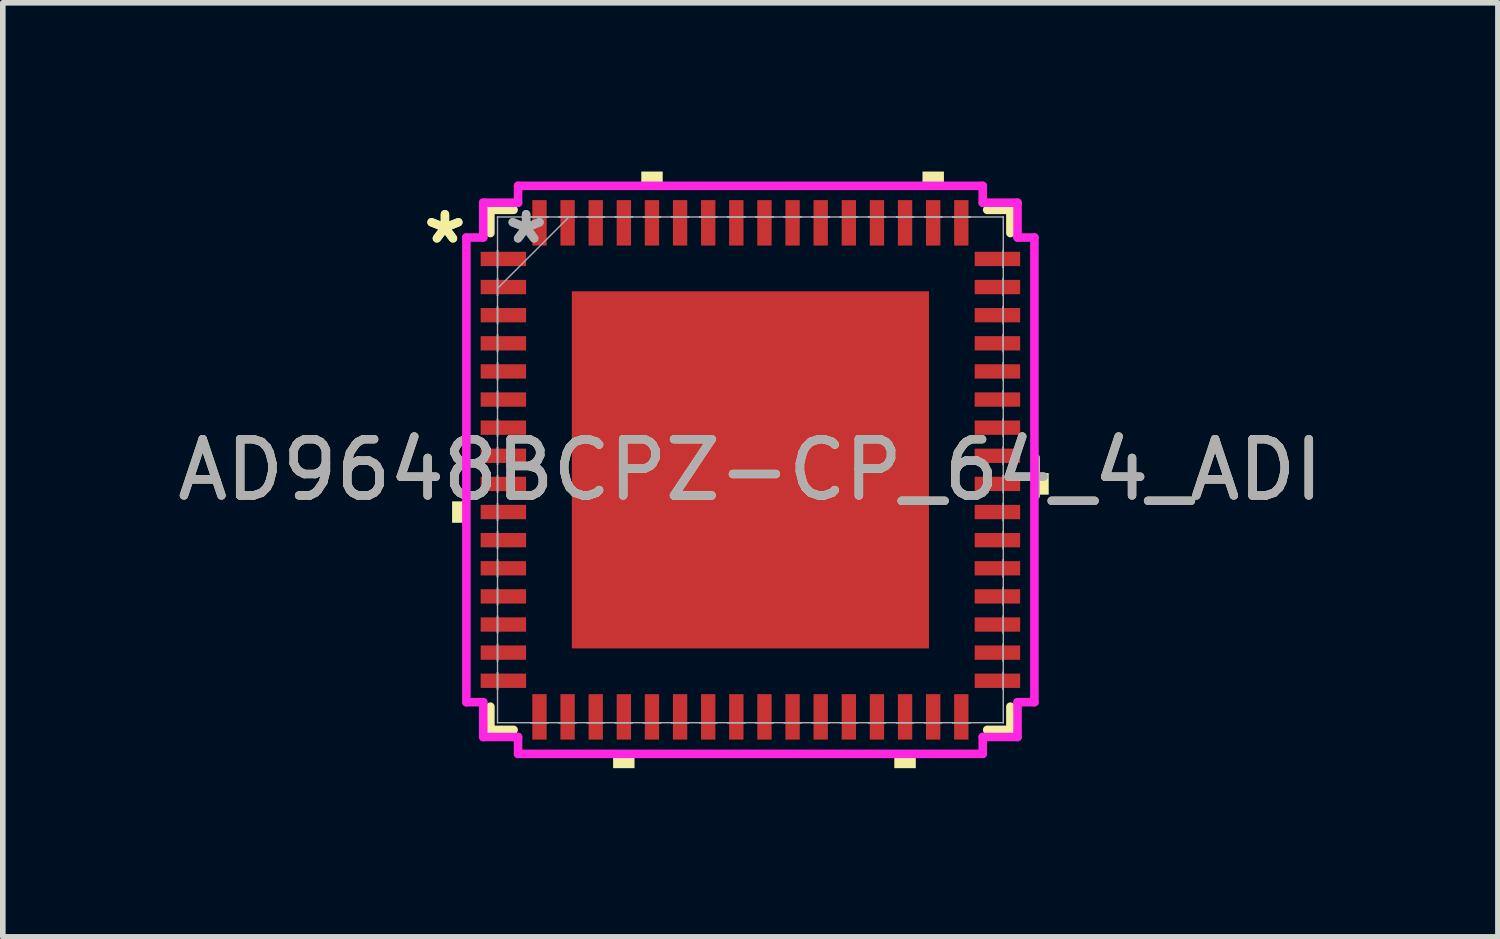
<source format=kicad_pcb>
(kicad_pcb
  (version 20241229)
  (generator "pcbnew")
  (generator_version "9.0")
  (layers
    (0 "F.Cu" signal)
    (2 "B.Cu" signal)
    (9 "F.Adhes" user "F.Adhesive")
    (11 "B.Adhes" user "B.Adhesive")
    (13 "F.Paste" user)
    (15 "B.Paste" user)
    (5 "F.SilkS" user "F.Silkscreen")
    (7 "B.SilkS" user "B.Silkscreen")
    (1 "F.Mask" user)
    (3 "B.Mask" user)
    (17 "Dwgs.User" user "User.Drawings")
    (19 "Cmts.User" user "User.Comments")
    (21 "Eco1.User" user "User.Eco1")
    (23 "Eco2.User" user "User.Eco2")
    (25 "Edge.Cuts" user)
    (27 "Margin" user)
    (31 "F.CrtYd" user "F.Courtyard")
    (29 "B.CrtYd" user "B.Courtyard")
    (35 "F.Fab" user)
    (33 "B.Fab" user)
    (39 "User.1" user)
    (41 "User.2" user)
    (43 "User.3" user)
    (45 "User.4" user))
  (footprint "AD9648BCPZ-CP_64_4_ADI"
    (layer "F.Cu")
    (at 10.292 5.304)
    (property "Reference" "AD9648BCPZ-CP_64_4_ADI" (at 0 0 0) (unlocked yes) (layer "F.SilkS") (effects (font (size 1 1) (thickness 0.15))))
    (attr smd)
    (fp_line (start -4.623 -4.623) (end -4.623 -4.21) (stroke (width 0.152) (type solid)) (layer "F.SilkS"))
    (fp_line (start -4.623 4.21) (end -4.623 4.623) (stroke (width 0.152) (type solid)) (layer "F.SilkS"))
    (fp_line (start -4.623 4.623) (end -4.21 4.623) (stroke (width 0.152) (type solid)) (layer "F.SilkS"))
    (fp_line (start -4.21 -4.623) (end -4.623 -4.623) (stroke (width 0.152) (type solid)) (layer "F.SilkS"))
    (fp_line (start 4.21 4.623) (end 4.623 4.623) (stroke (width 0.152) (type solid)) (layer "F.SilkS"))
    (fp_line (start 4.623 -4.623) (end 4.21 -4.623) (stroke (width 0.152) (type solid)) (layer "F.SilkS"))
    (fp_line (start 4.623 -4.21) (end 4.623 -4.623) (stroke (width 0.152) (type solid)) (layer "F.SilkS"))
    (fp_line (start 4.623 4.623) (end 4.623 4.21) (stroke (width 0.152) (type solid)) (layer "F.SilkS"))
    (fp_poly (pts (xy -5.304 0.56) (xy -5.304 0.941) (xy -5.05 0.941) (xy -5.05 0.56)) (stroke (width 0) (type solid)) (fill yes) (layer "F.SilkS"))
    (fp_poly (pts (xy -2.441 5.05) (xy -2.441 5.304) (xy -2.06 5.304) (xy -2.06 5.05)) (stroke (width 0) (type solid)) (fill yes) (layer "F.SilkS"))
    (fp_poly (pts (xy -1.94 -5.05) (xy -1.94 -5.304) (xy -1.559 -5.304) (xy -1.559 -5.05)) (stroke (width 0) (type solid)) (fill yes) (layer "F.SilkS"))
    (fp_poly (pts (xy 2.559 5.05) (xy 2.559 5.304) (xy 2.941 5.304) (xy 2.941 5.05)) (stroke (width 0) (type solid)) (fill yes) (layer "F.SilkS"))
    (fp_poly (pts (xy 3.06 -5.05) (xy 3.06 -5.304) (xy 3.441 -5.304) (xy 3.441 -5.05)) (stroke (width 0) (type solid)) (fill yes) (layer "F.SilkS"))
    (fp_poly (pts (xy 5.304 0.059) (xy 5.304 0.441) (xy 5.05 0.441) (xy 5.05 0.059)) (stroke (width 0) (type solid)) (fill yes) (layer "F.SilkS"))
    (fp_poly (pts (xy -3.075 -3.075) (xy -3.075 -2.005) (xy -2.005 -2.005) (xy -2.005 -3.075)) (stroke (width 0) (type solid)) (fill yes) (layer "F.Paste"))
    (fp_poly (pts (xy -3.075 -1.805) (xy -3.075 -0.735) (xy -2.005 -0.735) (xy -2.005 -1.805)) (stroke (width 0) (type solid)) (fill yes) (layer "F.Paste"))
    (fp_poly (pts (xy -3.075 -0.535) (xy -3.075 0.535) (xy -2.005 0.535) (xy -2.005 -0.535)) (stroke (width 0) (type solid)) (fill yes) (layer "F.Paste"))
    (fp_poly (pts (xy -3.075 0.735) (xy -3.075 1.805) (xy -2.005 1.805) (xy -2.005 0.735)) (stroke (width 0) (type solid)) (fill yes) (layer "F.Paste"))
    (fp_poly (pts (xy -3.075 2.005) (xy -3.075 3.075) (xy -2.005 3.075) (xy -2.005 2.005)) (stroke (width 0) (type solid)) (fill yes) (layer "F.Paste"))
    (fp_poly (pts (xy -1.805 -3.075) (xy -1.805 -2.005) (xy -0.735 -2.005) (xy -0.735 -3.075)) (stroke (width 0) (type solid)) (fill yes) (layer "F.Paste"))
    (fp_poly (pts (xy -1.805 -1.805) (xy -1.805 -0.735) (xy -0.735 -0.735) (xy -0.735 -1.805)) (stroke (width 0) (type solid)) (fill yes) (layer "F.Paste"))
    (fp_poly (pts (xy -1.805 -0.535) (xy -1.805 0.535) (xy -0.735 0.535) (xy -0.735 -0.535)) (stroke (width 0) (type solid)) (fill yes) (layer "F.Paste"))
    (fp_poly (pts (xy -1.805 0.735) (xy -1.805 1.805) (xy -0.735 1.805) (xy -0.735 0.735)) (stroke (width 0) (type solid)) (fill yes) (layer "F.Paste"))
    (fp_poly (pts (xy -1.805 2.005) (xy -1.805 3.075) (xy -0.735 3.075) (xy -0.735 2.005)) (stroke (width 0) (type solid)) (fill yes) (layer "F.Paste"))
    (fp_poly (pts (xy -0.535 -3.075) (xy -0.535 -2.005) (xy 0.535 -2.005) (xy 0.535 -3.075)) (stroke (width 0) (type solid)) (fill yes) (layer "F.Paste"))
    (fp_poly (pts (xy -0.535 -1.805) (xy -0.535 -0.735) (xy 0.535 -0.735) (xy 0.535 -1.805)) (stroke (width 0) (type solid)) (fill yes) (layer "F.Paste"))
    (fp_poly (pts (xy -0.535 -0.535) (xy -0.535 0.535) (xy 0.535 0.535) (xy 0.535 -0.535)) (stroke (width 0) (type solid)) (fill yes) (layer "F.Paste"))
    (fp_poly (pts (xy -0.535 0.735) (xy -0.535 1.805) (xy 0.535 1.805) (xy 0.535 0.735)) (stroke (width 0) (type solid)) (fill yes) (layer "F.Paste"))
    (fp_poly (pts (xy -0.535 2.005) (xy -0.535 3.075) (xy 0.535 3.075) (xy 0.535 2.005)) (stroke (width 0) (type solid)) (fill yes) (layer "F.Paste"))
    (fp_poly (pts (xy 0.735 -3.075) (xy 0.735 -2.005) (xy 1.805 -2.005) (xy 1.805 -3.075)) (stroke (width 0) (type solid)) (fill yes) (layer "F.Paste"))
    (fp_poly (pts (xy 0.735 -1.805) (xy 0.735 -0.735) (xy 1.805 -0.735) (xy 1.805 -1.805)) (stroke (width 0) (type solid)) (fill yes) (layer "F.Paste"))
    (fp_poly (pts (xy 0.735 -0.535) (xy 0.735 0.535) (xy 1.805 0.535) (xy 1.805 -0.535)) (stroke (width 0) (type solid)) (fill yes) (layer "F.Paste"))
    (fp_poly (pts (xy 0.735 0.735) (xy 0.735 1.805) (xy 1.805 1.805) (xy 1.805 0.735)) (stroke (width 0) (type solid)) (fill yes) (layer "F.Paste"))
    (fp_poly (pts (xy 0.735 2.005) (xy 0.735 3.075) (xy 1.805 3.075) (xy 1.805 2.005)) (stroke (width 0) (type solid)) (fill yes) (layer "F.Paste"))
    (fp_poly (pts (xy 2.005 -3.075) (xy 2.005 -2.005) (xy 3.075 -2.005) (xy 3.075 -3.075)) (stroke (width 0) (type solid)) (fill yes) (layer "F.Paste"))
    (fp_poly (pts (xy 2.005 -1.805) (xy 2.005 -0.735) (xy 3.075 -0.735) (xy 3.075 -1.805)) (stroke (width 0) (type solid)) (fill yes) (layer "F.Paste"))
    (fp_poly (pts (xy 2.005 -0.535) (xy 2.005 0.535) (xy 3.075 0.535) (xy 3.075 -0.535)) (stroke (width 0) (type solid)) (fill yes) (layer "F.Paste"))
    (fp_poly (pts (xy 2.005 0.735) (xy 2.005 1.805) (xy 3.075 1.805) (xy 3.075 0.735)) (stroke (width 0) (type solid)) (fill yes) (layer "F.Paste"))
    (fp_poly (pts (xy 2.005 2.005) (xy 2.005 3.075) (xy 3.075 3.075) (xy 3.075 2.005)) (stroke (width 0) (type solid)) (fill yes) (layer "F.Paste"))
    (fp_line (start -5.05 -4.131) (end -4.75 -4.131) (stroke (width 0.152) (type solid)) (layer "F.CrtYd"))
    (fp_line (start -5.05 4.131) (end -5.05 -4.131) (stroke (width 0.152) (type solid)) (layer "F.CrtYd"))
    (fp_line (start -4.75 -4.75) (end -4.131 -4.75) (stroke (width 0.152) (type solid)) (layer "F.CrtYd"))
    (fp_line (start -4.75 -4.131) (end -4.75 -4.75) (stroke (width 0.152) (type solid)) (layer "F.CrtYd"))
    (fp_line (start -4.75 4.131) (end -5.05 4.131) (stroke (width 0.152) (type solid)) (layer "F.CrtYd"))
    (fp_line (start -4.75 4.75) (end -4.75 4.131) (stroke (width 0.152) (type solid)) (layer "F.CrtYd"))
    (fp_line (start -4.131 -5.05) (end 4.131 -5.05) (stroke (width 0.152) (type solid)) (layer "F.CrtYd"))
    (fp_line (start -4.131 -4.75) (end -4.131 -5.05) (stroke (width 0.152) (type solid)) (layer "F.CrtYd"))
    (fp_line (start -4.131 4.75) (end -4.75 4.75) (stroke (width 0.152) (type solid)) (layer "F.CrtYd"))
    (fp_line (start -4.131 5.05) (end -4.131 4.75) (stroke (width 0.152) (type solid)) (layer "F.CrtYd"))
    (fp_line (start 4.131 -5.05) (end 4.131 -4.75) (stroke (width 0.152) (type solid)) (layer "F.CrtYd"))
    (fp_line (start 4.131 -4.75) (end 4.75 -4.75) (stroke (width 0.152) (type solid)) (layer "F.CrtYd"))
    (fp_line (start 4.131 4.75) (end 4.131 5.05) (stroke (width 0.152) (type solid)) (layer "F.CrtYd"))
    (fp_line (start 4.131 5.05) (end -4.131 5.05) (stroke (width 0.152) (type solid)) (layer "F.CrtYd"))
    (fp_line (start 4.75 -4.75) (end 4.75 -4.131) (stroke (width 0.152) (type solid)) (layer "F.CrtYd"))
    (fp_line (start 4.75 -4.131) (end 5.05 -4.131) (stroke (width 0.152) (type solid)) (layer "F.CrtYd"))
    (fp_line (start 4.75 4.131) (end 4.75 4.75) (stroke (width 0.152) (type solid)) (layer "F.CrtYd"))
    (fp_line (start 4.75 4.75) (end 4.131 4.75) (stroke (width 0.152) (type solid)) (layer "F.CrtYd"))
    (fp_line (start 5.05 -4.131) (end 5.05 4.131) (stroke (width 0.152) (type solid)) (layer "F.CrtYd"))
    (fp_line (start 5.05 4.131) (end 4.75 4.131) (stroke (width 0.152) (type solid)) (layer "F.CrtYd"))
    (fp_line (start -4.496 -4.496) (end -4.496 -4.496) (stroke (width 0.025) (type solid)) (layer "F.Fab"))
    (fp_line (start -4.496 -4.496) (end -4.496 4.496) (stroke (width 0.025) (type solid)) (layer "F.Fab"))
    (fp_line (start -4.496 -3.902) (end -4.496 -3.902) (stroke (width 0.025) (type solid)) (layer "F.Fab"))
    (fp_line (start -4.496 -3.902) (end -4.496 -3.598) (stroke (width 0.025) (type solid)) (layer "F.Fab"))
    (fp_line (start -4.496 -3.598) (end -4.496 -3.902) (stroke (width 0.025) (type solid)) (layer "F.Fab"))
    (fp_line (start -4.496 -3.598) (end -4.496 -3.598) (stroke (width 0.025) (type solid)) (layer "F.Fab"))
    (fp_line (start -4.496 -3.402) (end -4.496 -3.402) (stroke (width 0.025) (type solid)) (layer "F.Fab"))
    (fp_line (start -4.496 -3.402) (end -4.496 -3.098) (stroke (width 0.025) (type solid)) (layer "F.Fab"))
    (fp_line (start -4.496 -3.226) (end -3.226 -4.496) (stroke (width 0.025) (type solid)) (layer "F.Fab"))
    (fp_line (start -4.496 -3.098) (end -4.496 -3.402) (stroke (width 0.025) (type solid)) (layer "F.Fab"))
    (fp_line (start -4.496 -3.098) (end -4.496 -3.098) (stroke (width 0.025) (type solid)) (layer "F.Fab"))
    (fp_line (start -4.496 -2.902) (end -4.496 -2.902) (stroke (width 0.025) (type solid)) (layer "F.Fab"))
    (fp_line (start -4.496 -2.902) (end -4.496 -2.598) (stroke (width 0.025) (type solid)) (layer "F.Fab"))
    (fp_line (start -4.496 -2.598) (end -4.496 -2.902) (stroke (width 0.025) (type solid)) (layer "F.Fab"))
    (fp_line (start -4.496 -2.598) (end -4.496 -2.598) (stroke (width 0.025) (type solid)) (layer "F.Fab"))
    (fp_line (start -4.496 -2.402) (end -4.496 -2.402) (stroke (width 0.025) (type solid)) (layer "F.Fab"))
    (fp_line (start -4.496 -2.402) (end -4.496 -2.098) (stroke (width 0.025) (type solid)) (layer "F.Fab"))
    (fp_line (start -4.496 -2.098) (end -4.496 -2.402) (stroke (width 0.025) (type solid)) (layer "F.Fab"))
    (fp_line (start -4.496 -2.098) (end -4.496 -2.098) (stroke (width 0.025) (type solid)) (layer "F.Fab"))
    (fp_line (start -4.496 -1.902) (end -4.496 -1.902) (stroke (width 0.025) (type solid)) (layer "F.Fab"))
    (fp_line (start -4.496 -1.902) (end -4.496 -1.598) (stroke (width 0.025) (type solid)) (layer "F.Fab"))
    (fp_line (start -4.496 -1.598) (end -4.496 -1.902) (stroke (width 0.025) (type solid)) (layer "F.Fab"))
    (fp_line (start -4.496 -1.598) (end -4.496 -1.598) (stroke (width 0.025) (type solid)) (layer "F.Fab"))
    (fp_line (start -4.496 -1.402) (end -4.496 -1.402) (stroke (width 0.025) (type solid)) (layer "F.Fab"))
    (fp_line (start -4.496 -1.402) (end -4.496 -1.098) (stroke (width 0.025) (type solid)) (layer "F.Fab"))
    (fp_line (start -4.496 -1.098) (end -4.496 -1.402) (stroke (width 0.025) (type solid)) (layer "F.Fab"))
    (fp_line (start -4.496 -1.098) (end -4.496 -1.098) (stroke (width 0.025) (type solid)) (layer "F.Fab"))
    (fp_line (start -4.496 -0.902) (end -4.496 -0.902) (stroke (width 0.025) (type solid)) (layer "F.Fab"))
    (fp_line (start -4.496 -0.902) (end -4.496 -0.598) (stroke (width 0.025) (type solid)) (layer "F.Fab"))
    (fp_line (start -4.496 -0.598) (end -4.496 -0.902) (stroke (width 0.025) (type solid)) (layer "F.Fab"))
    (fp_line (start -4.496 -0.598) (end -4.496 -0.598) (stroke (width 0.025) (type solid)) (layer "F.Fab"))
    (fp_line (start -4.496 -0.402) (end -4.496 -0.402) (stroke (width 0.025) (type solid)) (layer "F.Fab"))
    (fp_line (start -4.496 -0.402) (end -4.496 -0.098) (stroke (width 0.025) (type solid)) (layer "F.Fab"))
    (fp_line (start -4.496 -0.098) (end -4.496 -0.402) (stroke (width 0.025) (type solid)) (layer "F.Fab"))
    (fp_line (start -4.496 -0.098) (end -4.496 -0.098) (stroke (width 0.025) (type solid)) (layer "F.Fab"))
    (fp_line (start -4.496 0.098) (end -4.496 0.098) (stroke (width 0.025) (type solid)) (layer "F.Fab"))
    (fp_line (start -4.496 0.098) (end -4.496 0.402) (stroke (width 0.025) (type solid)) (layer "F.Fab"))
    (fp_line (start -4.496 0.402) (end -4.496 0.098) (stroke (width 0.025) (type solid)) (layer "F.Fab"))
    (fp_line (start -4.496 0.402) (end -4.496 0.402) (stroke (width 0.025) (type solid)) (layer "F.Fab"))
    (fp_line (start -4.496 0.598) (end -4.496 0.598) (stroke (width 0.025) (type solid)) (layer "F.Fab"))
    (fp_line (start -4.496 0.598) (end -4.496 0.902) (stroke (width 0.025) (type solid)) (layer "F.Fab"))
    (fp_line (start -4.496 0.902) (end -4.496 0.598) (stroke (width 0.025) (type solid)) (layer "F.Fab"))
    (fp_line (start -4.496 0.902) (end -4.496 0.902) (stroke (width 0.025) (type solid)) (layer "F.Fab"))
    (fp_line (start -4.496 1.098) (end -4.496 1.098) (stroke (width 0.025) (type solid)) (layer "F.Fab"))
    (fp_line (start -4.496 1.098) (end -4.496 1.402) (stroke (width 0.025) (type solid)) (layer "F.Fab"))
    (fp_line (start -4.496 1.402) (end -4.496 1.098) (stroke (width 0.025) (type solid)) (layer "F.Fab"))
    (fp_line (start -4.496 1.402) (end -4.496 1.402) (stroke (width 0.025) (type solid)) (layer "F.Fab"))
    (fp_line (start -4.496 1.598) (end -4.496 1.598) (stroke (width 0.025) (type solid)) (layer "F.Fab"))
    (fp_line (start -4.496 1.598) (end -4.496 1.902) (stroke (width 0.025) (type solid)) (layer "F.Fab"))
    (fp_line (start -4.496 1.902) (end -4.496 1.598) (stroke (width 0.025) (type solid)) (layer "F.Fab"))
    (fp_line (start -4.496 1.902) (end -4.496 1.902) (stroke (width 0.025) (type solid)) (layer "F.Fab"))
    (fp_line (start -4.496 2.098) (end -4.496 2.098) (stroke (width 0.025) (type solid)) (layer "F.Fab"))
    (fp_line (start -4.496 2.098) (end -4.496 2.402) (stroke (width 0.025) (type solid)) (layer "F.Fab"))
    (fp_line (start -4.496 2.402) (end -4.496 2.098) (stroke (width 0.025) (type solid)) (layer "F.Fab"))
    (fp_line (start -4.496 2.402) (end -4.496 2.402) (stroke (width 0.025) (type solid)) (layer "F.Fab"))
    (fp_line (start -4.496 2.598) (end -4.496 2.598) (stroke (width 0.025) (type solid)) (layer "F.Fab"))
    (fp_line (start -4.496 2.598) (end -4.496 2.902) (stroke (width 0.025) (type solid)) (layer "F.Fab"))
    (fp_line (start -4.496 2.902) (end -4.496 2.598) (stroke (width 0.025) (type solid)) (layer "F.Fab"))
    (fp_line (start -4.496 2.902) (end -4.496 2.902) (stroke (width 0.025) (type solid)) (layer "F.Fab"))
    (fp_line (start -4.496 3.098) (end -4.496 3.098) (stroke (width 0.025) (type solid)) (layer "F.Fab"))
    (fp_line (start -4.496 3.098) (end -4.496 3.402) (stroke (width 0.025) (type solid)) (layer "F.Fab"))
    (fp_line (start -4.496 3.402) (end -4.496 3.098) (stroke (width 0.025) (type solid)) (layer "F.Fab"))
    (fp_line (start -4.496 3.402) (end -4.496 3.402) (stroke (width 0.025) (type solid)) (layer "F.Fab"))
    (fp_line (start -4.496 3.598) (end -4.496 3.598) (stroke (width 0.025) (type solid)) (layer "F.Fab"))
    (fp_line (start -4.496 3.598) (end -4.496 3.902) (stroke (width 0.025) (type solid)) (layer "F.Fab"))
    (fp_line (start -4.496 3.902) (end -4.496 3.598) (stroke (width 0.025) (type solid)) (layer "F.Fab"))
    (fp_line (start -4.496 3.902) (end -4.496 3.902) (stroke (width 0.025) (type solid)) (layer "F.Fab"))
    (fp_line (start -4.496 4.496) (end -4.496 4.496) (stroke (width 0.025) (type solid)) (layer "F.Fab"))
    (fp_line (start -4.496 4.496) (end 4.496 4.496) (stroke (width 0.025) (type solid)) (layer "F.Fab"))
    (fp_line (start -3.902 -4.496) (end -3.902 -4.496) (stroke (width 0.025) (type solid)) (layer "F.Fab"))
    (fp_line (start -3.902 -4.496) (end -3.598 -4.496) (stroke (width 0.025) (type solid)) (layer "F.Fab"))
    (fp_line (start -3.902 4.496) (end -3.902 4.496) (stroke (width 0.025) (type solid)) (layer "F.Fab"))
    (fp_line (start -3.902 4.496) (end -3.598 4.496) (stroke (width 0.025) (type solid)) (layer "F.Fab"))
    (fp_line (start -3.598 -4.496) (end -3.902 -4.496) (stroke (width 0.025) (type solid)) (layer "F.Fab"))
    (fp_line (start -3.598 -4.496) (end -3.598 -4.496) (stroke (width 0.025) (type solid)) (layer "F.Fab"))
    (fp_line (start -3.598 4.496) (end -3.902 4.496) (stroke (width 0.025) (type solid)) (layer "F.Fab"))
    (fp_line (start -3.598 4.496) (end -3.598 4.496) (stroke (width 0.025) (type solid)) (layer "F.Fab"))
    (fp_line (start -3.402 -4.496) (end -3.402 -4.496) (stroke (width 0.025) (type solid)) (layer "F.Fab"))
    (fp_line (start -3.402 -4.496) (end -3.098 -4.496) (stroke (width 0.025) (type solid)) (layer "F.Fab"))
    (fp_line (start -3.402 4.496) (end -3.402 4.496) (stroke (width 0.025) (type solid)) (layer "F.Fab"))
    (fp_line (start -3.402 4.496) (end -3.098 4.496) (stroke (width 0.025) (type solid)) (layer "F.Fab"))
    (fp_line (start -3.098 -4.496) (end -3.402 -4.496) (stroke (width 0.025) (type solid)) (layer "F.Fab"))
    (fp_line (start -3.098 -4.496) (end -3.098 -4.496) (stroke (width 0.025) (type solid)) (layer "F.Fab"))
    (fp_line (start -3.098 4.496) (end -3.402 4.496) (stroke (width 0.025) (type solid)) (layer "F.Fab"))
    (fp_line (start -3.098 4.496) (end -3.098 4.496) (stroke (width 0.025) (type solid)) (layer "F.Fab"))
    (fp_line (start -2.902 -4.496) (end -2.902 -4.496) (stroke (width 0.025) (type solid)) (layer "F.Fab"))
    (fp_line (start -2.902 -4.496) (end -2.598 -4.496) (stroke (width 0.025) (type solid)) (layer "F.Fab"))
    (fp_line (start -2.902 4.496) (end -2.902 4.496) (stroke (width 0.025) (type solid)) (layer "F.Fab"))
    (fp_line (start -2.902 4.496) (end -2.598 4.496) (stroke (width 0.025) (type solid)) (layer "F.Fab"))
    (fp_line (start -2.598 -4.496) (end -2.902 -4.496) (stroke (width 0.025) (type solid)) (layer "F.Fab"))
    (fp_line (start -2.598 -4.496) (end -2.598 -4.496) (stroke (width 0.025) (type solid)) (layer "F.Fab"))
    (fp_line (start -2.598 4.496) (end -2.902 4.496) (stroke (width 0.025) (type solid)) (layer "F.Fab"))
    (fp_line (start -2.598 4.496) (end -2.598 4.496) (stroke (width 0.025) (type solid)) (layer "F.Fab"))
    (fp_line (start -2.402 -4.496) (end -2.402 -4.496) (stroke (width 0.025) (type solid)) (layer "F.Fab"))
    (fp_line (start -2.402 -4.496) (end -2.098 -4.496) (stroke (width 0.025) (type solid)) (layer "F.Fab"))
    (fp_line (start -2.402 4.496) (end -2.402 4.496) (stroke (width 0.025) (type solid)) (layer "F.Fab"))
    (fp_line (start -2.402 4.496) (end -2.098 4.496) (stroke (width 0.025) (type solid)) (layer "F.Fab"))
    (fp_line (start -2.098 -4.496) (end -2.402 -4.496) (stroke (width 0.025) (type solid)) (layer "F.Fab"))
    (fp_line (start -2.098 -4.496) (end -2.098 -4.496) (stroke (width 0.025) (type solid)) (layer "F.Fab"))
    (fp_line (start -2.098 4.496) (end -2.402 4.496) (stroke (width 0.025) (type solid)) (layer "F.Fab"))
    (fp_line (start -2.098 4.496) (end -2.098 4.496) (stroke (width 0.025) (type solid)) (layer "F.Fab"))
    (fp_line (start -1.902 -4.496) (end -1.902 -4.496) (stroke (width 0.025) (type solid)) (layer "F.Fab"))
    (fp_line (start -1.902 -4.496) (end -1.598 -4.496) (stroke (width 0.025) (type solid)) (layer "F.Fab"))
    (fp_line (start -1.902 4.496) (end -1.902 4.496) (stroke (width 0.025) (type solid)) (layer "F.Fab"))
    (fp_line (start -1.902 4.496) (end -1.598 4.496) (stroke (width 0.025) (type solid)) (layer "F.Fab"))
    (fp_line (start -1.598 -4.496) (end -1.902 -4.496) (stroke (width 0.025) (type solid)) (layer "F.Fab"))
    (fp_line (start -1.598 -4.496) (end -1.598 -4.496) (stroke (width 0.025) (type solid)) (layer "F.Fab"))
    (fp_line (start -1.598 4.496) (end -1.902 4.496) (stroke (width 0.025) (type solid)) (layer "F.Fab"))
    (fp_line (start -1.598 4.496) (end -1.598 4.496) (stroke (width 0.025) (type solid)) (layer "F.Fab"))
    (fp_line (start -1.402 -4.496) (end -1.402 -4.496) (stroke (width 0.025) (type solid)) (layer "F.Fab"))
    (fp_line (start -1.402 -4.496) (end -1.098 -4.496) (stroke (width 0.025) (type solid)) (layer "F.Fab"))
    (fp_line (start -1.402 4.496) (end -1.402 4.496) (stroke (width 0.025) (type solid)) (layer "F.Fab"))
    (fp_line (start -1.402 4.496) (end -1.098 4.496) (stroke (width 0.025) (type solid)) (layer "F.Fab"))
    (fp_line (start -1.098 -4.496) (end -1.402 -4.496) (stroke (width 0.025) (type solid)) (layer "F.Fab"))
    (fp_line (start -1.098 -4.496) (end -1.098 -4.496) (stroke (width 0.025) (type solid)) (layer "F.Fab"))
    (fp_line (start -1.098 4.496) (end -1.402 4.496) (stroke (width 0.025) (type solid)) (layer "F.Fab"))
    (fp_line (start -1.098 4.496) (end -1.098 4.496) (stroke (width 0.025) (type solid)) (layer "F.Fab"))
    (fp_line (start -0.902 -4.496) (end -0.902 -4.496) (stroke (width 0.025) (type solid)) (layer "F.Fab"))
    (fp_line (start -0.902 -4.496) (end -0.598 -4.496) (stroke (width 0.025) (type solid)) (layer "F.Fab"))
    (fp_line (start -0.902 4.496) (end -0.902 4.496) (stroke (width 0.025) (type solid)) (layer "F.Fab"))
    (fp_line (start -0.902 4.496) (end -0.598 4.496) (stroke (width 0.025) (type solid)) (layer "F.Fab"))
    (fp_line (start -0.598 -4.496) (end -0.902 -4.496) (stroke (width 0.025) (type solid)) (layer "F.Fab"))
    (fp_line (start -0.598 -4.496) (end -0.598 -4.496) (stroke (width 0.025) (type solid)) (layer "F.Fab"))
    (fp_line (start -0.598 4.496) (end -0.902 4.496) (stroke (width 0.025) (type solid)) (layer "F.Fab"))
    (fp_line (start -0.598 4.496) (end -0.598 4.496) (stroke (width 0.025) (type solid)) (layer "F.Fab"))
    (fp_line (start -0.402 -4.496) (end -0.402 -4.496) (stroke (width 0.025) (type solid)) (layer "F.Fab"))
    (fp_line (start -0.402 -4.496) (end -0.098 -4.496) (stroke (width 0.025) (type solid)) (layer "F.Fab"))
    (fp_line (start -0.402 4.496) (end -0.402 4.496) (stroke (width 0.025) (type solid)) (layer "F.Fab"))
    (fp_line (start -0.402 4.496) (end -0.098 4.496) (stroke (width 0.025) (type solid)) (layer "F.Fab"))
    (fp_line (start -0.098 -4.496) (end -0.402 -4.496) (stroke (width 0.025) (type solid)) (layer "F.Fab"))
    (fp_line (start -0.098 -4.496) (end -0.098 -4.496) (stroke (width 0.025) (type solid)) (layer "F.Fab"))
    (fp_line (start -0.098 4.496) (end -0.402 4.496) (stroke (width 0.025) (type solid)) (layer "F.Fab"))
    (fp_line (start -0.098 4.496) (end -0.098 4.496) (stroke (width 0.025) (type solid)) (layer "F.Fab"))
    (fp_line (start 0.098 -4.496) (end 0.098 -4.496) (stroke (width 0.025) (type solid)) (layer "F.Fab"))
    (fp_line (start 0.098 -4.496) (end 0.402 -4.496) (stroke (width 0.025) (type solid)) (layer "F.Fab"))
    (fp_line (start 0.098 4.496) (end 0.098 4.496) (stroke (width 0.025) (type solid)) (layer "F.Fab"))
    (fp_line (start 0.098 4.496) (end 0.402 4.496) (stroke (width 0.025) (type solid)) (layer "F.Fab"))
    (fp_line (start 0.402 -4.496) (end 0.098 -4.496) (stroke (width 0.025) (type solid)) (layer "F.Fab"))
    (fp_line (start 0.402 -4.496) (end 0.402 -4.496) (stroke (width 0.025) (type solid)) (layer "F.Fab"))
    (fp_line (start 0.402 4.496) (end 0.098 4.496) (stroke (width 0.025) (type solid)) (layer "F.Fab"))
    (fp_line (start 0.402 4.496) (end 0.402 4.496) (stroke (width 0.025) (type solid)) (layer "F.Fab"))
    (fp_line (start 0.598 -4.496) (end 0.598 -4.496) (stroke (width 0.025) (type solid)) (layer "F.Fab"))
    (fp_line (start 0.598 -4.496) (end 0.902 -4.496) (stroke (width 0.025) (type solid)) (layer "F.Fab"))
    (fp_line (start 0.598 4.496) (end 0.598 4.496) (stroke (width 0.025) (type solid)) (layer "F.Fab"))
    (fp_line (start 0.598 4.496) (end 0.902 4.496) (stroke (width 0.025) (type solid)) (layer "F.Fab"))
    (fp_line (start 0.902 -4.496) (end 0.598 -4.496) (stroke (width 0.025) (type solid)) (layer "F.Fab"))
    (fp_line (start 0.902 -4.496) (end 0.902 -4.496) (stroke (width 0.025) (type solid)) (layer "F.Fab"))
    (fp_line (start 0.902 4.496) (end 0.598 4.496) (stroke (width 0.025) (type solid)) (layer "F.Fab"))
    (fp_line (start 0.902 4.496) (end 0.902 4.496) (stroke (width 0.025) (type solid)) (layer "F.Fab"))
    (fp_line (start 1.098 -4.496) (end 1.098 -4.496) (stroke (width 0.025) (type solid)) (layer "F.Fab"))
    (fp_line (start 1.098 -4.496) (end 1.402 -4.496) (stroke (width 0.025) (type solid)) (layer "F.Fab"))
    (fp_line (start 1.098 4.496) (end 1.098 4.496) (stroke (width 0.025) (type solid)) (layer "F.Fab"))
    (fp_line (start 1.098 4.496) (end 1.402 4.496) (stroke (width 0.025) (type solid)) (layer "F.Fab"))
    (fp_line (start 1.402 -4.496) (end 1.098 -4.496) (stroke (width 0.025) (type solid)) (layer "F.Fab"))
    (fp_line (start 1.402 -4.496) (end 1.402 -4.496) (stroke (width 0.025) (type solid)) (layer "F.Fab"))
    (fp_line (start 1.402 4.496) (end 1.098 4.496) (stroke (width 0.025) (type solid)) (layer "F.Fab"))
    (fp_line (start 1.402 4.496) (end 1.402 4.496) (stroke (width 0.025) (type solid)) (layer "F.Fab"))
    (fp_line (start 1.598 -4.496) (end 1.598 -4.496) (stroke (width 0.025) (type solid)) (layer "F.Fab"))
    (fp_line (start 1.598 -4.496) (end 1.902 -4.496) (stroke (width 0.025) (type solid)) (layer "F.Fab"))
    (fp_line (start 1.598 4.496) (end 1.598 4.496) (stroke (width 0.025) (type solid)) (layer "F.Fab"))
    (fp_line (start 1.598 4.496) (end 1.902 4.496) (stroke (width 0.025) (type solid)) (layer "F.Fab"))
    (fp_line (start 1.902 -4.496) (end 1.598 -4.496) (stroke (width 0.025) (type solid)) (layer "F.Fab"))
    (fp_line (start 1.902 -4.496) (end 1.902 -4.496) (stroke (width 0.025) (type solid)) (layer "F.Fab"))
    (fp_line (start 1.902 4.496) (end 1.598 4.496) (stroke (width 0.025) (type solid)) (layer "F.Fab"))
    (fp_line (start 1.902 4.496) (end 1.902 4.496) (stroke (width 0.025) (type solid)) (layer "F.Fab"))
    (fp_line (start 2.098 -4.496) (end 2.098 -4.496) (stroke (width 0.025) (type solid)) (layer "F.Fab"))
    (fp_line (start 2.098 -4.496) (end 2.402 -4.496) (stroke (width 0.025) (type solid)) (layer "F.Fab"))
    (fp_line (start 2.098 4.496) (end 2.098 4.496) (stroke (width 0.025) (type solid)) (layer "F.Fab"))
    (fp_line (start 2.098 4.496) (end 2.402 4.496) (stroke (width 0.025) (type solid)) (layer "F.Fab"))
    (fp_line (start 2.402 -4.496) (end 2.098 -4.496) (stroke (width 0.025) (type solid)) (layer "F.Fab"))
    (fp_line (start 2.402 -4.496) (end 2.402 -4.496) (stroke (width 0.025) (type solid)) (layer "F.Fab"))
    (fp_line (start 2.402 4.496) (end 2.098 4.496) (stroke (width 0.025) (type solid)) (layer "F.Fab"))
    (fp_line (start 2.402 4.496) (end 2.402 4.496) (stroke (width 0.025) (type solid)) (layer "F.Fab"))
    (fp_line (start 2.598 -4.496) (end 2.598 -4.496) (stroke (width 0.025) (type solid)) (layer "F.Fab"))
    (fp_line (start 2.598 -4.496) (end 2.902 -4.496) (stroke (width 0.025) (type solid)) (layer "F.Fab"))
    (fp_line (start 2.598 4.496) (end 2.598 4.496) (stroke (width 0.025) (type solid)) (layer "F.Fab"))
    (fp_line (start 2.598 4.496) (end 2.902 4.496) (stroke (width 0.025) (type solid)) (layer "F.Fab"))
    (fp_line (start 2.902 -4.496) (end 2.598 -4.496) (stroke (width 0.025) (type solid)) (layer "F.Fab"))
    (fp_line (start 2.902 -4.496) (end 2.902 -4.496) (stroke (width 0.025) (type solid)) (layer "F.Fab"))
    (fp_line (start 2.902 4.496) (end 2.598 4.496) (stroke (width 0.025) (type solid)) (layer "F.Fab"))
    (fp_line (start 2.902 4.496) (end 2.902 4.496) (stroke (width 0.025) (type solid)) (layer "F.Fab"))
    (fp_line (start 3.098 -4.496) (end 3.098 -4.496) (stroke (width 0.025) (type solid)) (layer "F.Fab"))
    (fp_line (start 3.098 -4.496) (end 3.402 -4.496) (stroke (width 0.025) (type solid)) (layer "F.Fab"))
    (fp_line (start 3.098 4.496) (end 3.098 4.496) (stroke (width 0.025) (type solid)) (layer "F.Fab"))
    (fp_line (start 3.098 4.496) (end 3.402 4.496) (stroke (width 0.025) (type solid)) (layer "F.Fab"))
    (fp_line (start 3.402 -4.496) (end 3.098 -4.496) (stroke (width 0.025) (type solid)) (layer "F.Fab"))
    (fp_line (start 3.402 -4.496) (end 3.402 -4.496) (stroke (width 0.025) (type solid)) (layer "F.Fab"))
    (fp_line (start 3.402 4.496) (end 3.098 4.496) (stroke (width 0.025) (type solid)) (layer "F.Fab"))
    (fp_line (start 3.402 4.496) (end 3.402 4.496) (stroke (width 0.025) (type solid)) (layer "F.Fab"))
    (fp_line (start 3.598 -4.496) (end 3.598 -4.496) (stroke (width 0.025) (type solid)) (layer "F.Fab"))
    (fp_line (start 3.598 -4.496) (end 3.902 -4.496) (stroke (width 0.025) (type solid)) (layer "F.Fab"))
    (fp_line (start 3.598 4.496) (end 3.598 4.496) (stroke (width 0.025) (type solid)) (layer "F.Fab"))
    (fp_line (start 3.598 4.496) (end 3.902 4.496) (stroke (width 0.025) (type solid)) (layer "F.Fab"))
    (fp_line (start 3.902 -4.496) (end 3.598 -4.496) (stroke (width 0.025) (type solid)) (layer "F.Fab"))
    (fp_line (start 3.902 -4.496) (end 3.902 -4.496) (stroke (width 0.025) (type solid)) (layer "F.Fab"))
    (fp_line (start 3.902 4.496) (end 3.598 4.496) (stroke (width 0.025) (type solid)) (layer "F.Fab"))
    (fp_line (start 3.902 4.496) (end 3.902 4.496) (stroke (width 0.025) (type solid)) (layer "F.Fab"))
    (fp_line (start 4.496 -4.496) (end -4.496 -4.496) (stroke (width 0.025) (type solid)) (layer "F.Fab"))
    (fp_line (start 4.496 -4.496) (end 4.496 -4.496) (stroke (width 0.025) (type solid)) (layer "F.Fab"))
    (fp_line (start 4.496 -3.902) (end 4.496 -3.902) (stroke (width 0.025) (type solid)) (layer "F.Fab"))
    (fp_line (start 4.496 -3.902) (end 4.496 -3.598) (stroke (width 0.025) (type solid)) (layer "F.Fab"))
    (fp_line (start 4.496 -3.598) (end 4.496 -3.902) (stroke (width 0.025) (type solid)) (layer "F.Fab"))
    (fp_line (start 4.496 -3.598) (end 4.496 -3.598) (stroke (width 0.025) (type solid)) (layer "F.Fab"))
    (fp_line (start 4.496 -3.402) (end 4.496 -3.402) (stroke (width 0.025) (type solid)) (layer "F.Fab"))
    (fp_line (start 4.496 -3.402) (end 4.496 -3.098) (stroke (width 0.025) (type solid)) (layer "F.Fab"))
    (fp_line (start 4.496 -3.098) (end 4.496 -3.402) (stroke (width 0.025) (type solid)) (layer "F.Fab"))
    (fp_line (start 4.496 -3.098) (end 4.496 -3.098) (stroke (width 0.025) (type solid)) (layer "F.Fab"))
    (fp_line (start 4.496 -2.902) (end 4.496 -2.902) (stroke (width 0.025) (type solid)) (layer "F.Fab"))
    (fp_line (start 4.496 -2.902) (end 4.496 -2.598) (stroke (width 0.025) (type solid)) (layer "F.Fab"))
    (fp_line (start 4.496 -2.598) (end 4.496 -2.902) (stroke (width 0.025) (type solid)) (layer "F.Fab"))
    (fp_line (start 4.496 -2.598) (end 4.496 -2.598) (stroke (width 0.025) (type solid)) (layer "F.Fab"))
    (fp_line (start 4.496 -2.402) (end 4.496 -2.402) (stroke (width 0.025) (type solid)) (layer "F.Fab"))
    (fp_line (start 4.496 -2.402) (end 4.496 -2.098) (stroke (width 0.025) (type solid)) (layer "F.Fab"))
    (fp_line (start 4.496 -2.098) (end 4.496 -2.402) (stroke (width 0.025) (type solid)) (layer "F.Fab"))
    (fp_line (start 4.496 -2.098) (end 4.496 -2.098) (stroke (width 0.025) (type solid)) (layer "F.Fab"))
    (fp_line (start 4.496 -1.902) (end 4.496 -1.902) (stroke (width 0.025) (type solid)) (layer "F.Fab"))
    (fp_line (start 4.496 -1.902) (end 4.496 -1.598) (stroke (width 0.025) (type solid)) (layer "F.Fab"))
    (fp_line (start 4.496 -1.598) (end 4.496 -1.902) (stroke (width 0.025) (type solid)) (layer "F.Fab"))
    (fp_line (start 4.496 -1.598) (end 4.496 -1.598) (stroke (width 0.025) (type solid)) (layer "F.Fab"))
    (fp_line (start 4.496 -1.402) (end 4.496 -1.402) (stroke (width 0.025) (type solid)) (layer "F.Fab"))
    (fp_line (start 4.496 -1.402) (end 4.496 -1.098) (stroke (width 0.025) (type solid)) (layer "F.Fab"))
    (fp_line (start 4.496 -1.098) (end 4.496 -1.402) (stroke (width 0.025) (type solid)) (layer "F.Fab"))
    (fp_line (start 4.496 -1.098) (end 4.496 -1.098) (stroke (width 0.025) (type solid)) (layer "F.Fab"))
    (fp_line (start 4.496 -0.902) (end 4.496 -0.902) (stroke (width 0.025) (type solid)) (layer "F.Fab"))
    (fp_line (start 4.496 -0.902) (end 4.496 -0.598) (stroke (width 0.025) (type solid)) (layer "F.Fab"))
    (fp_line (start 4.496 -0.598) (end 4.496 -0.902) (stroke (width 0.025) (type solid)) (layer "F.Fab"))
    (fp_line (start 4.496 -0.598) (end 4.496 -0.598) (stroke (width 0.025) (type solid)) (layer "F.Fab"))
    (fp_line (start 4.496 -0.402) (end 4.496 -0.402) (stroke (width 0.025) (type solid)) (layer "F.Fab"))
    (fp_line (start 4.496 -0.402) (end 4.496 -0.098) (stroke (width 0.025) (type solid)) (layer "F.Fab"))
    (fp_line (start 4.496 -0.098) (end 4.496 -0.402) (stroke (width 0.025) (type solid)) (layer "F.Fab"))
    (fp_line (start 4.496 -0.098) (end 4.496 -0.098) (stroke (width 0.025) (type solid)) (layer "F.Fab"))
    (fp_line (start 4.496 0.098) (end 4.496 0.098) (stroke (width 0.025) (type solid)) (layer "F.Fab"))
    (fp_line (start 4.496 0.098) (end 4.496 0.402) (stroke (width 0.025) (type solid)) (layer "F.Fab"))
    (fp_line (start 4.496 0.402) (end 4.496 0.098) (stroke (width 0.025) (type solid)) (layer "F.Fab"))
    (fp_line (start 4.496 0.402) (end 4.496 0.402) (stroke (width 0.025) (type solid)) (layer "F.Fab"))
    (fp_line (start 4.496 0.598) (end 4.496 0.598) (stroke (width 0.025) (type solid)) (layer "F.Fab"))
    (fp_line (start 4.496 0.598) (end 4.496 0.902) (stroke (width 0.025) (type solid)) (layer "F.Fab"))
    (fp_line (start 4.496 0.902) (end 4.496 0.598) (stroke (width 0.025) (type solid)) (layer "F.Fab"))
    (fp_line (start 4.496 0.902) (end 4.496 0.902) (stroke (width 0.025) (type solid)) (layer "F.Fab"))
    (fp_line (start 4.496 1.098) (end 4.496 1.098) (stroke (width 0.025) (type solid)) (layer "F.Fab"))
    (fp_line (start 4.496 1.098) (end 4.496 1.402) (stroke (width 0.025) (type solid)) (layer "F.Fab"))
    (fp_line (start 4.496 1.402) (end 4.496 1.098) (stroke (width 0.025) (type solid)) (layer "F.Fab"))
    (fp_line (start 4.496 1.402) (end 4.496 1.402) (stroke (width 0.025) (type solid)) (layer "F.Fab"))
    (fp_line (start 4.496 1.598) (end 4.496 1.598) (stroke (width 0.025) (type solid)) (layer "F.Fab"))
    (fp_line (start 4.496 1.598) (end 4.496 1.902) (stroke (width 0.025) (type solid)) (layer "F.Fab"))
    (fp_line (start 4.496 1.902) (end 4.496 1.598) (stroke (width 0.025) (type solid)) (layer "F.Fab"))
    (fp_line (start 4.496 1.902) (end 4.496 1.902) (stroke (width 0.025) (type solid)) (layer "F.Fab"))
    (fp_line (start 4.496 2.098) (end 4.496 2.098) (stroke (width 0.025) (type solid)) (layer "F.Fab"))
    (fp_line (start 4.496 2.098) (end 4.496 2.402) (stroke (width 0.025) (type solid)) (layer "F.Fab"))
    (fp_line (start 4.496 2.402) (end 4.496 2.098) (stroke (width 0.025) (type solid)) (layer "F.Fab"))
    (fp_line (start 4.496 2.402) (end 4.496 2.402) (stroke (width 0.025) (type solid)) (layer "F.Fab"))
    (fp_line (start 4.496 2.598) (end 4.496 2.598) (stroke (width 0.025) (type solid)) (layer "F.Fab"))
    (fp_line (start 4.496 2.598) (end 4.496 2.902) (stroke (width 0.025) (type solid)) (layer "F.Fab"))
    (fp_line (start 4.496 2.902) (end 4.496 2.598) (stroke (width 0.025) (type solid)) (layer "F.Fab"))
    (fp_line (start 4.496 2.902) (end 4.496 2.902) (stroke (width 0.025) (type solid)) (layer "F.Fab"))
    (fp_line (start 4.496 3.098) (end 4.496 3.098) (stroke (width 0.025) (type solid)) (layer "F.Fab"))
    (fp_line (start 4.496 3.098) (end 4.496 3.402) (stroke (width 0.025) (type solid)) (layer "F.Fab"))
    (fp_line (start 4.496 3.402) (end 4.496 3.098) (stroke (width 0.025) (type solid)) (layer "F.Fab"))
    (fp_line (start 4.496 3.402) (end 4.496 3.402) (stroke (width 0.025) (type solid)) (layer "F.Fab"))
    (fp_line (start 4.496 3.598) (end 4.496 3.598) (stroke (width 0.025) (type solid)) (layer "F.Fab"))
    (fp_line (start 4.496 3.598) (end 4.496 3.902) (stroke (width 0.025) (type solid)) (layer "F.Fab"))
    (fp_line (start 4.496 3.902) (end 4.496 3.598) (stroke (width 0.025) (type solid)) (layer "F.Fab"))
    (fp_line (start 4.496 3.902) (end 4.496 3.902) (stroke (width 0.025) (type solid)) (layer "F.Fab"))
    (fp_line (start 4.496 4.496) (end 4.496 -4.496) (stroke (width 0.025) (type solid)) (layer "F.Fab"))
    (fp_line (start 4.496 4.496) (end 4.496 4.496) (stroke (width 0.025) (type solid)) (layer "F.Fab"))
    (fp_text user "*" (at -5.431 -4 0) (unlocked yes) (layer "F.SilkS") (effects (font (size 1 1) (thickness 0.15))))
    (fp_text user "*" (at -5.431 -4 0) (layer "F.SilkS") (effects (font (size 1 1) (thickness 0.15))))
    (fp_text user "*" (at -3.988 -4 0) (unlocked yes) (layer "F.Fab") (effects (font (size 1 1) (thickness 0.15))))
    (fp_text user "${REFERENCE}" (at 0 0 0) (unlocked yes) (layer "F.Fab") (effects (font (size 1 1) (thickness 0.15))))
    (fp_text user "*" (at -3.988 -4 0) (layer "F.Fab") (effects (font (size 1 1) (thickness 0.15))))
    (pad "1" smd rect (at -4.392 -3.75 90) (size 0.255 0.808) (layers "F.Cu" "F.Mask" "F.Paste"))
    (pad "2" smd rect (at -4.392 -3.25 90) (size 0.255 0.808) (layers "F.Cu" "F.Mask" "F.Paste"))
    (pad "3" smd rect (at -4.392 -2.75 90) (size 0.255 0.808) (layers "F.Cu" "F.Mask" "F.Paste"))
    (pad "4" smd rect (at -4.392 -2.25 90) (size 0.255 0.808) (layers "F.Cu" "F.Mask" "F.Paste"))
    (pad "5" smd rect (at -4.392 -1.75 90) (size 0.255 0.808) (layers "F.Cu" "F.Mask" "F.Paste"))
    (pad "6" smd rect (at -4.392 -1.25 90) (size 0.255 0.808) (layers "F.Cu" "F.Mask" "F.Paste"))
    (pad "7" smd rect (at -4.392 -0.75 90) (size 0.255 0.808) (layers "F.Cu" "F.Mask" "F.Paste"))
    (pad "8" smd rect (at -4.392 -0.25 90) (size 0.255 0.808) (layers "F.Cu" "F.Mask" "F.Paste"))
    (pad "9" smd rect (at -4.392 0.25 90) (size 0.255 0.808) (layers "F.Cu" "F.Mask" "F.Paste"))
    (pad "10" smd rect (at -4.392 0.75 90) (size 0.255 0.808) (layers "F.Cu" "F.Mask" "F.Paste"))
    (pad "11" smd rect (at -4.392 1.25 90) (size 0.255 0.808) (layers "F.Cu" "F.Mask" "F.Paste"))
    (pad "12" smd rect (at -4.392 1.75 90) (size 0.255 0.808) (layers "F.Cu" "F.Mask" "F.Paste"))
    (pad "13" smd rect (at -4.392 2.25 90) (size 0.255 0.808) (layers "F.Cu" "F.Mask" "F.Paste"))
    (pad "14" smd rect (at -4.392 2.75 90) (size 0.255 0.808) (layers "F.Cu" "F.Mask" "F.Paste"))
    (pad "15" smd rect (at -4.392 3.25 90) (size 0.255 0.808) (layers "F.Cu" "F.Mask" "F.Paste"))
    (pad "16" smd rect (at -4.392 3.75 90) (size 0.255 0.808) (layers "F.Cu" "F.Mask" "F.Paste"))
    (pad "17" smd rect (at -3.75 4.392) (size 0.255 0.808) (layers "F.Cu" "F.Mask" "F.Paste"))
    (pad "18" smd rect (at -3.25 4.392) (size 0.255 0.808) (layers "F.Cu" "F.Mask" "F.Paste"))
    (pad "19" smd rect (at -2.75 4.392) (size 0.255 0.808) (layers "F.Cu" "F.Mask" "F.Paste"))
    (pad "20" smd rect (at -2.25 4.392) (size 0.255 0.808) (layers "F.Cu" "F.Mask" "F.Paste"))
    (pad "21" smd rect (at -1.75 4.392) (size 0.255 0.808) (layers "F.Cu" "F.Mask" "F.Paste"))
    (pad "22" smd rect (at -1.25 4.392) (size 0.255 0.808) (layers "F.Cu" "F.Mask" "F.Paste"))
    (pad "23" smd rect (at -0.75 4.392) (size 0.255 0.808) (layers "F.Cu" "F.Mask" "F.Paste"))
    (pad "24" smd rect (at -0.25 4.392) (size 0.255 0.808) (layers "F.Cu" "F.Mask" "F.Paste"))
    (pad "25" smd rect (at 0.25 4.392) (size 0.255 0.808) (layers "F.Cu" "F.Mask" "F.Paste"))
    (pad "26" smd rect (at 0.75 4.392) (size 0.255 0.808) (layers "F.Cu" "F.Mask" "F.Paste"))
    (pad "27" smd rect (at 1.25 4.392) (size 0.255 0.808) (layers "F.Cu" "F.Mask" "F.Paste"))
    (pad "28" smd rect (at 1.75 4.392) (size 0.255 0.808) (layers "F.Cu" "F.Mask" "F.Paste"))
    (pad "29" smd rect (at 2.25 4.392) (size 0.255 0.808) (layers "F.Cu" "F.Mask" "F.Paste"))
    (pad "30" smd rect (at 2.75 4.392) (size 0.255 0.808) (layers "F.Cu" "F.Mask" "F.Paste"))
    (pad "31" smd rect (at 3.25 4.392) (size 0.255 0.808) (layers "F.Cu" "F.Mask" "F.Paste"))
    (pad "32" smd rect (at 3.75 4.392) (size 0.255 0.808) (layers "F.Cu" "F.Mask" "F.Paste"))
    (pad "33" smd rect (at 4.392 3.75 90) (size 0.255 0.808) (layers "F.Cu" "F.Mask" "F.Paste"))
    (pad "34" smd rect (at 4.392 3.25 90) (size 0.255 0.808) (layers "F.Cu" "F.Mask" "F.Paste"))
    (pad "35" smd rect (at 4.392 2.75 90) (size 0.255 0.808) (layers "F.Cu" "F.Mask" "F.Paste"))
    (pad "36" smd rect (at 4.392 2.25 90) (size 0.255 0.808) (layers "F.Cu" "F.Mask" "F.Paste"))
    (pad "37" smd rect (at 4.392 1.75 90) (size 0.255 0.808) (layers "F.Cu" "F.Mask" "F.Paste"))
    (pad "38" smd rect (at 4.392 1.25 90) (size 0.255 0.808) (layers "F.Cu" "F.Mask" "F.Paste"))
    (pad "39" smd rect (at 4.392 0.75 90) (size 0.255 0.808) (layers "F.Cu" "F.Mask" "F.Paste"))
    (pad "40" smd rect (at 4.392 0.25 90) (size 0.255 0.808) (layers "F.Cu" "F.Mask" "F.Paste"))
    (pad "41" smd rect (at 4.392 -0.25 90) (size 0.255 0.808) (layers "F.Cu" "F.Mask" "F.Paste"))
    (pad "42" smd rect (at 4.392 -0.75 90) (size 0.255 0.808) (layers "F.Cu" "F.Mask" "F.Paste"))
    (pad "43" smd rect (at 4.392 -1.25 90) (size 0.255 0.808) (layers "F.Cu" "F.Mask" "F.Paste"))
    (pad "44" smd rect (at 4.392 -1.75 90) (size 0.255 0.808) (layers "F.Cu" "F.Mask" "F.Paste"))
    (pad "45" smd rect (at 4.392 -2.25 90) (size 0.255 0.808) (layers "F.Cu" "F.Mask" "F.Paste"))
    (pad "46" smd rect (at 4.392 -2.75 90) (size 0.255 0.808) (layers "F.Cu" "F.Mask" "F.Paste"))
    (pad "47" smd rect (at 4.392 -3.25 90) (size 0.255 0.808) (layers "F.Cu" "F.Mask" "F.Paste"))
    (pad "48" smd rect (at 4.392 -3.75 90) (size 0.255 0.808) (layers "F.Cu" "F.Mask" "F.Paste"))
    (pad "49" smd rect (at 3.75 -4.392) (size 0.255 0.808) (layers "F.Cu" "F.Mask" "F.Paste"))
    (pad "50" smd rect (at 3.25 -4.392) (size 0.255 0.808) (layers "F.Cu" "F.Mask" "F.Paste"))
    (pad "51" smd rect (at 2.75 -4.392) (size 0.255 0.808) (layers "F.Cu" "F.Mask" "F.Paste"))
    (pad "52" smd rect (at 2.25 -4.392) (size 0.255 0.808) (layers "F.Cu" "F.Mask" "F.Paste"))
    (pad "53" smd rect (at 1.75 -4.392) (size 0.255 0.808) (layers "F.Cu" "F.Mask" "F.Paste"))
    (pad "54" smd rect (at 1.25 -4.392) (size 0.255 0.808) (layers "F.Cu" "F.Mask" "F.Paste"))
    (pad "55" smd rect (at 0.75 -4.392) (size 0.255 0.808) (layers "F.Cu" "F.Mask" "F.Paste"))
    (pad "56" smd rect (at 0.25 -4.392) (size 0.255 0.808) (layers "F.Cu" "F.Mask" "F.Paste"))
    (pad "57" smd rect (at -0.25 -4.392) (size 0.255 0.808) (layers "F.Cu" "F.Mask" "F.Paste"))
    (pad "58" smd rect (at -0.75 -4.392) (size 0.255 0.808) (layers "F.Cu" "F.Mask" "F.Paste"))
    (pad "59" smd rect (at -1.25 -4.392) (size 0.255 0.808) (layers "F.Cu" "F.Mask" "F.Paste"))
    (pad "60" smd rect (at -1.75 -4.392) (size 0.255 0.808) (layers "F.Cu" "F.Mask" "F.Paste"))
    (pad "61" smd rect (at -2.25 -4.392) (size 0.255 0.808) (layers "F.Cu" "F.Mask" "F.Paste"))
    (pad "62" smd rect (at -2.75 -4.392) (size 0.255 0.808) (layers "F.Cu" "F.Mask" "F.Paste"))
    (pad "63" smd rect (at -3.25 -4.392) (size 0.255 0.808) (layers "F.Cu" "F.Mask" "F.Paste"))
    (pad "64" smd rect (at -3.75 -4.392) (size 0.255 0.808) (layers "F.Cu" "F.Mask" "F.Paste"))
    (pad "65" smd rect (at 0 0) (size 6.35 6.35) (layers "F.Cu" "F.Mask")))
  (gr_rect
    (start -3 -3)
    (end 23.583 13.608)
    (stroke (width 0.1) (type default))
    (fill no)
    (layer "Edge.Cuts")))
</source>
